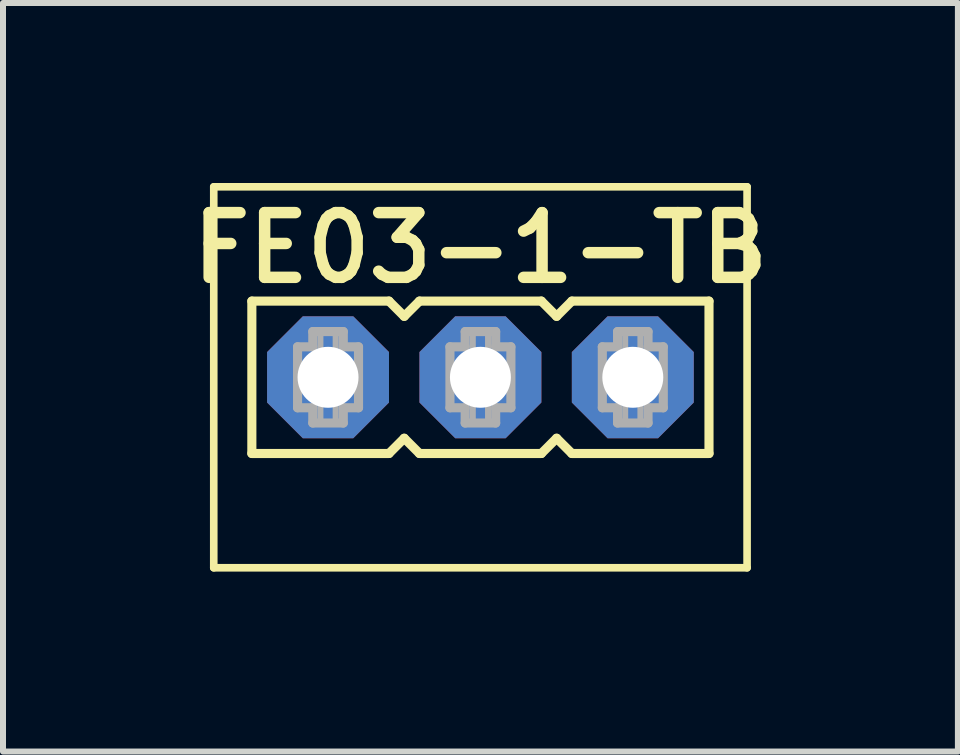
<source format=kicad_pcb>
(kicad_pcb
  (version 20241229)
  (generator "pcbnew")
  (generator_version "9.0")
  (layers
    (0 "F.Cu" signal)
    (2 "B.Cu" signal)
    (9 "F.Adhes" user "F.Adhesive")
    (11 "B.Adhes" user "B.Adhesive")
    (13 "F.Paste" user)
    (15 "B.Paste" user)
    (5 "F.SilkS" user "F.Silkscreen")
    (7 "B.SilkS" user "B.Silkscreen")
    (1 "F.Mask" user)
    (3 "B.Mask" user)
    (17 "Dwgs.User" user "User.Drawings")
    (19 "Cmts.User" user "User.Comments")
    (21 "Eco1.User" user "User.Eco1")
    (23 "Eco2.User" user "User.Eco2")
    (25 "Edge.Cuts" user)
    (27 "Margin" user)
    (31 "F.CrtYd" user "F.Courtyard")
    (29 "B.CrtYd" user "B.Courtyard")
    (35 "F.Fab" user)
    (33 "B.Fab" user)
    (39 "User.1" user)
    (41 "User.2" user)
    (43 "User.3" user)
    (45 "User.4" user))
  (footprint "FE03-1-TB"
    (layer "F.Cu")
    (at 4.958 3.239)
    (property "Reference" "FE03-1-TB" (at 0 -1.524 0) (layer "F.SilkS") (effects (font (size 1.079 1.079) (thickness 0.191)) (justify bottom)))
    (fp_line (start -4.445 -3.175) (end 4.445 -3.175) (stroke (width 0.127) (type solid)) (layer "F.SilkS"))
    (fp_line (start -4.445 3.175) (end -4.445 -3.175) (stroke (width 0.127) (type solid)) (layer "F.SilkS"))
    (fp_line (start -3.81 -1.27) (end -3.81 1.27) (stroke (width 0.152) (type solid)) (layer "F.SilkS"))
    (fp_line (start -3.81 1.27) (end -1.524 1.27) (stroke (width 0.152) (type solid)) (layer "F.SilkS"))
    (fp_line (start -1.524 -1.27) (end -3.81 -1.27) (stroke (width 0.152) (type solid)) (layer "F.SilkS"))
    (fp_line (start -1.524 1.27) (end -1.27 1.016) (stroke (width 0.152) (type solid)) (layer "F.SilkS"))
    (fp_line (start -1.27 -1.016) (end -1.524 -1.27) (stroke (width 0.152) (type solid)) (layer "F.SilkS"))
    (fp_line (start -1.27 1.016) (end -1.016 1.27) (stroke (width 0.152) (type solid)) (layer "F.SilkS"))
    (fp_line (start -1.016 -1.27) (end -1.27 -1.016) (stroke (width 0.152) (type solid)) (layer "F.SilkS"))
    (fp_line (start -1.016 1.27) (end 1.016 1.27) (stroke (width 0.152) (type solid)) (layer "F.SilkS"))
    (fp_line (start 1.016 -1.27) (end -1.016 -1.27) (stroke (width 0.152) (type solid)) (layer "F.SilkS"))
    (fp_line (start 1.016 1.27) (end 1.27 1.016) (stroke (width 0.152) (type solid)) (layer "F.SilkS"))
    (fp_line (start 1.27 -1.016) (end 1.016 -1.27) (stroke (width 0.152) (type solid)) (layer "F.SilkS"))
    (fp_line (start 1.27 1.016) (end 1.524 1.27) (stroke (width 0.152) (type solid)) (layer "F.SilkS"))
    (fp_line (start 1.524 -1.27) (end 1.27 -1.016) (stroke (width 0.152) (type solid)) (layer "F.SilkS"))
    (fp_line (start 1.524 1.27) (end 3.81 1.27) (stroke (width 0.152) (type solid)) (layer "F.SilkS"))
    (fp_line (start 3.81 -1.27) (end 1.524 -1.27) (stroke (width 0.152) (type solid)) (layer "F.SilkS"))
    (fp_line (start 3.81 1.27) (end 3.81 -1.27) (stroke (width 0.152) (type solid)) (layer "F.SilkS"))
    (fp_line (start 4.445 -3.175) (end 4.445 3.175) (stroke (width 0.127) (type solid)) (layer "F.SilkS"))
    (fp_line (start 4.445 3.175) (end -4.445 3.175) (stroke (width 0.127) (type solid)) (layer "F.SilkS"))
    (fp_line (start -3.048 -0.508) (end -3.048 0.508) (stroke (width 0.152) (type solid)) (layer "F.Fab"))
    (fp_line (start -3.048 0.508) (end -2.794 0.508) (stroke (width 0.152) (type solid)) (layer "F.Fab"))
    (fp_line (start -2.794 -0.762) (end -2.794 -0.508) (stroke (width 0.152) (type solid)) (layer "F.Fab"))
    (fp_line (start -2.794 -0.508) (end -3.048 -0.508) (stroke (width 0.152) (type solid)) (layer "F.Fab"))
    (fp_line (start -2.794 0.508) (end -2.794 0.762) (stroke (width 0.152) (type solid)) (layer "F.Fab"))
    (fp_line (start -2.794 0.762) (end -2.286 0.762) (stroke (width 0.152) (type solid)) (layer "F.Fab"))
    (fp_line (start -2.286 -0.762) (end -2.794 -0.762) (stroke (width 0.152) (type solid)) (layer "F.Fab"))
    (fp_line (start -2.286 -0.508) (end -2.286 -0.762) (stroke (width 0.152) (type solid)) (layer "F.Fab"))
    (fp_line (start -2.286 0.508) (end -2.032 0.508) (stroke (width 0.152) (type solid)) (layer "F.Fab"))
    (fp_line (start -2.286 0.762) (end -2.286 0.508) (stroke (width 0.152) (type solid)) (layer "F.Fab"))
    (fp_line (start -2.032 -0.508) (end -2.286 -0.508) (stroke (width 0.152) (type solid)) (layer "F.Fab"))
    (fp_line (start -2.032 0.508) (end -2.032 -0.508) (stroke (width 0.152) (type solid)) (layer "F.Fab"))
    (fp_line (start -0.508 -0.508) (end -0.508 0.508) (stroke (width 0.152) (type solid)) (layer "F.Fab"))
    (fp_line (start -0.508 0.508) (end -0.254 0.508) (stroke (width 0.152) (type solid)) (layer "F.Fab"))
    (fp_line (start -0.254 -0.762) (end -0.254 -0.508) (stroke (width 0.152) (type solid)) (layer "F.Fab"))
    (fp_line (start -0.254 -0.508) (end -0.508 -0.508) (stroke (width 0.152) (type solid)) (layer "F.Fab"))
    (fp_line (start -0.254 0.508) (end -0.254 0.762) (stroke (width 0.152) (type solid)) (layer "F.Fab"))
    (fp_line (start -0.254 0.762) (end 0.254 0.762) (stroke (width 0.152) (type solid)) (layer "F.Fab"))
    (fp_line (start 0.254 -0.762) (end -0.254 -0.762) (stroke (width 0.152) (type solid)) (layer "F.Fab"))
    (fp_line (start 0.254 -0.508) (end 0.254 -0.762) (stroke (width 0.152) (type solid)) (layer "F.Fab"))
    (fp_line (start 0.254 0.508) (end 0.508 0.508) (stroke (width 0.152) (type solid)) (layer "F.Fab"))
    (fp_line (start 0.254 0.762) (end 0.254 0.508) (stroke (width 0.152) (type solid)) (layer "F.Fab"))
    (fp_line (start 0.508 -0.508) (end 0.254 -0.508) (stroke (width 0.152) (type solid)) (layer "F.Fab"))
    (fp_line (start 0.508 0.508) (end 0.508 -0.508) (stroke (width 0.152) (type solid)) (layer "F.Fab"))
    (fp_line (start 2.032 -0.508) (end 2.032 0.508) (stroke (width 0.152) (type solid)) (layer "F.Fab"))
    (fp_line (start 2.032 0.508) (end 2.286 0.508) (stroke (width 0.152) (type solid)) (layer "F.Fab"))
    (fp_line (start 2.286 -0.762) (end 2.286 -0.508) (stroke (width 0.152) (type solid)) (layer "F.Fab"))
    (fp_line (start 2.286 -0.508) (end 2.032 -0.508) (stroke (width 0.152) (type solid)) (layer "F.Fab"))
    (fp_line (start 2.286 0.508) (end 2.286 0.762) (stroke (width 0.152) (type solid)) (layer "F.Fab"))
    (fp_line (start 2.286 0.762) (end 2.794 0.762) (stroke (width 0.152) (type solid)) (layer "F.Fab"))
    (fp_line (start 2.794 -0.762) (end 2.286 -0.762) (stroke (width 0.152) (type solid)) (layer "F.Fab"))
    (fp_line (start 2.794 -0.508) (end 2.794 -0.762) (stroke (width 0.152) (type solid)) (layer "F.Fab"))
    (fp_line (start 2.794 0.508) (end 3.048 0.508) (stroke (width 0.152) (type solid)) (layer "F.Fab"))
    (fp_line (start 2.794 0.762) (end 2.794 0.508) (stroke (width 0.152) (type solid)) (layer "F.Fab"))
    (fp_line (start 3.048 -0.508) (end 2.794 -0.508) (stroke (width 0.152) (type solid)) (layer "F.Fab"))
    (fp_line (start 3.048 0.508) (end 3.048 -0.508) (stroke (width 0.152) (type solid)) (layer "F.Fab"))
    (fp_poly (pts (xy -2.667 -0.254) (xy -2.413 -0.254) (xy -2.413 -0.762) (xy -2.667 -0.762)) (stroke (width 0.1) (type solid)) (fill no) (layer "F.Fab"))
    (fp_poly (pts (xy -2.667 0.762) (xy -2.413 0.762) (xy -2.413 0.254) (xy -2.667 0.254)) (stroke (width 0.1) (type solid)) (fill no) (layer "F.Fab"))
    (fp_poly (pts (xy -0.127 -0.254) (xy 0.127 -0.254) (xy 0.127 -0.762) (xy -0.127 -0.762)) (stroke (width 0.1) (type solid)) (fill no) (layer "F.Fab"))
    (fp_poly (pts (xy -0.127 0.762) (xy 0.127 0.762) (xy 0.127 0.254) (xy -0.127 0.254)) (stroke (width 0.1) (type solid)) (fill no) (layer "F.Fab"))
    (fp_poly (pts (xy 2.413 -0.254) (xy 2.667 -0.254) (xy 2.667 -0.762) (xy 2.413 -0.762)) (stroke (width 0.1) (type solid)) (fill no) (layer "F.Fab"))
    (fp_poly (pts (xy 2.413 0.762) (xy 2.667 0.762) (xy 2.667 0.254) (xy 2.413 0.254)) (stroke (width 0.1) (type solid)) (fill no) (layer "F.Fab"))
    (pad "1" thru_hole roundrect (at -2.54 0 90) (size 2.032 2.032) (drill 1.016) (layers "*.Cu" "*.Mask") (roundrect_rratio 0.25) (chamfer_ratio 0.293) (chamfer top_left top_right bottom_left bottom_right))
    (pad "2" thru_hole roundrect (at 0 0 90) (size 2.032 2.032) (drill 1.016) (layers "*.Cu" "*.Mask") (roundrect_rratio 0.25) (chamfer_ratio 0.293) (chamfer top_left top_right bottom_left bottom_right))
    (pad "3" thru_hole roundrect (at 2.54 0 90) (size 2.032 2.032) (drill 1.016) (layers "*.Cu" "*.Mask") (roundrect_rratio 0.25) (chamfer_ratio 0.293) (chamfer top_left top_right bottom_left bottom_right)))
  (gr_rect
    (start -3 -3)
    (end 12.917 9.477)
    (stroke (width 0.1) (type default))
    (fill no)
    (layer "Edge.Cuts")))
</source>
